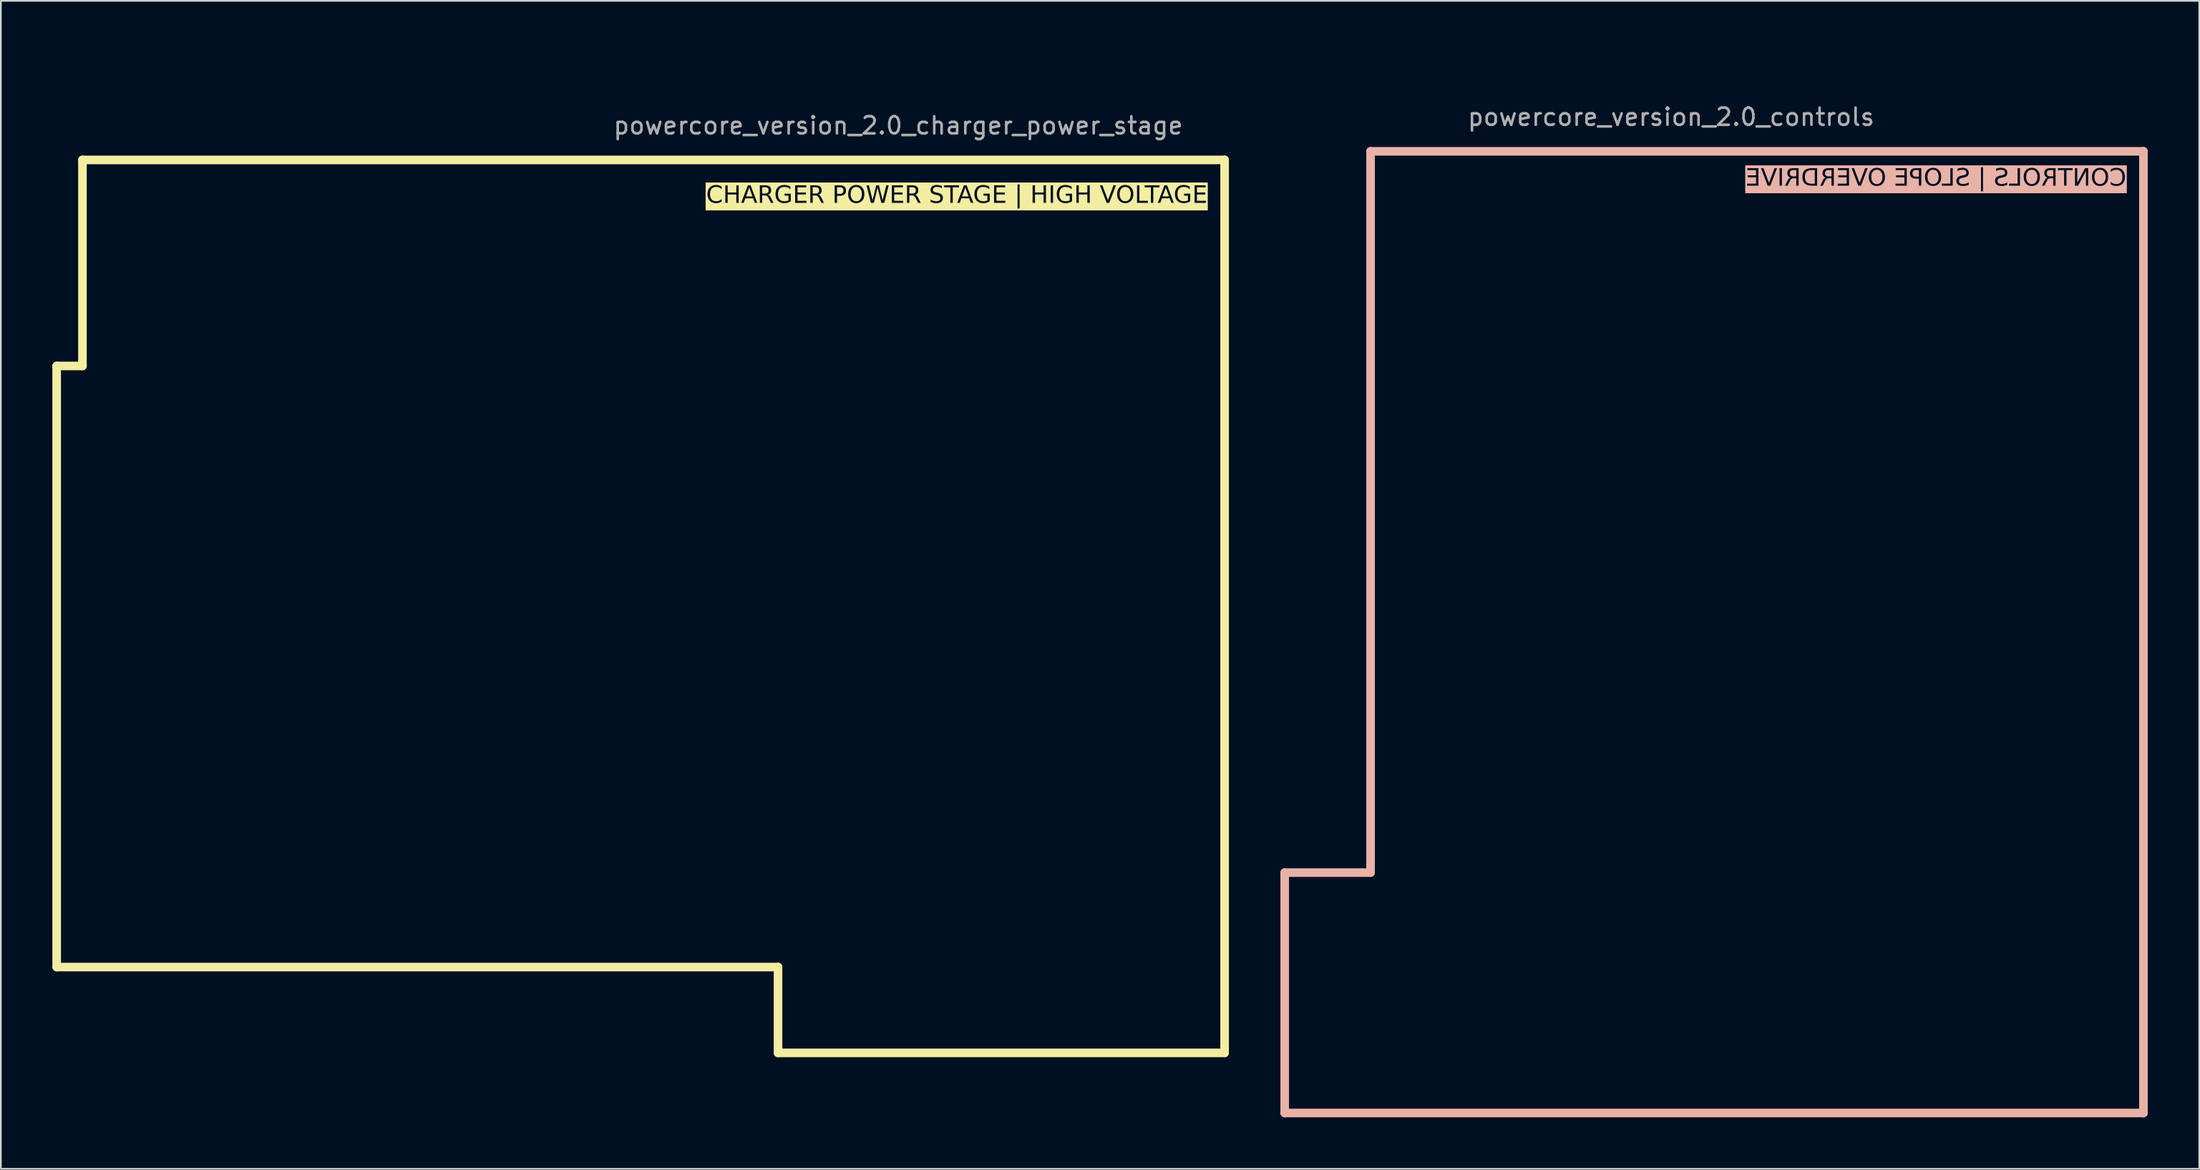
<source format=kicad_pcb>
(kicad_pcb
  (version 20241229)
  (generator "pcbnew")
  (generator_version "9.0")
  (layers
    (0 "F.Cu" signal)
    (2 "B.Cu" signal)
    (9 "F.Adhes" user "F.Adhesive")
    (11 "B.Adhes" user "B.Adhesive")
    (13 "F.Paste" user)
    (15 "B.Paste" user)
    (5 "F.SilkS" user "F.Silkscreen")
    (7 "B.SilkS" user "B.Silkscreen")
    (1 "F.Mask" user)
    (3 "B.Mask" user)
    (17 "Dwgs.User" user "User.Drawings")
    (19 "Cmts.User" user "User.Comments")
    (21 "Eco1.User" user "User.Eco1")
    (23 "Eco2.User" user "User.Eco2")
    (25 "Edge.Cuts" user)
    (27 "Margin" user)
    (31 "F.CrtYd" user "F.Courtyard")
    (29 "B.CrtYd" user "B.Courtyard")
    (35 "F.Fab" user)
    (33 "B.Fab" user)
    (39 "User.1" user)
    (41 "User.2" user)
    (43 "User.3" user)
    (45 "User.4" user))
  (footprint "powercore_version_2.0_controls"
    (layer "F.Cu")
    (at 121.75 61.761)
    (property "Reference" "powercore_version_2.0_controls" (at -28 -61 0) (unlocked yes) (layer "User.1") (effects (font (size 1 1) (thickness 0.1))))
    (attr smd)
    (fp_line (start -50 -14) (end -45 -14) (stroke (width 0.5) (type default)) (layer "B.SilkS"))
    (fp_line (start -50 0) (end -50 -14) (stroke (width 0.5) (type default)) (layer "B.SilkS"))
    (fp_line (start -45 -14) (end -45 -56) (stroke (width 0.5) (type default)) (layer "B.SilkS"))
    (fp_line (start 0 -56) (end -45 -56) (stroke (width 0.5) (type default)) (layer "B.SilkS"))
    (fp_line (start 0 0) (end -50 0) (stroke (width 0.5) (type default)) (layer "B.SilkS"))
    (fp_line (start 0 0) (end 0 -56) (stroke (width 0.5) (type default)) (layer "B.SilkS"))
    (fp_text user "CONTROLS | SLOPE OVERDRIVE " (at -1 -55 0) (unlocked yes) (layer "B.SilkS" knockout) (effects (font (face "Bahnschrift") (size 1 1) (thickness 0.1)) (justify left top mirror)))
    (fp_text user "${REFERENCE}" (at -27.5 -58 0) (unlocked yes) (layer "F.Fab") (effects (font (size 1 1) (thickness 0.15)))))
  (footprint "powercore_version_2.0_charger_power_stage"
    (layer "F.Cu")
    (at 68.25 9.261)
    (property "Reference" "powercore_version_2.0_charger_power_stage" (at -19 -8.5 0) (unlocked yes) (layer "User.1") (effects (font (size 1 1) (thickness 0.1))))
    (attr smd)
    (fp_line (start -68 44) (end -68 9) (stroke (width 0.5) (type default)) (layer "F.SilkS"))
    (fp_line (start -66.5 -3) (end 0 -3) (stroke (width 0.5) (type default)) (layer "F.SilkS"))
    (fp_line (start -66.5 9) (end -68 9) (stroke (width 0.5) (type default)) (layer "F.SilkS"))
    (fp_line (start -66.5 9) (end -66.5 -3) (stroke (width 0.5) (type default)) (layer "F.SilkS"))
    (fp_line (start -26 44) (end -68 44) (stroke (width 0.5) (type default)) (layer "F.SilkS"))
    (fp_line (start -26 49) (end -26 44) (stroke (width 0.5) (type default)) (layer "F.SilkS"))
    (fp_line (start 0 -3) (end 0 49) (stroke (width 0.5) (type default)) (layer "F.SilkS"))
    (fp_line (start 0 49) (end -26 49) (stroke (width 0.5) (type default)) (layer "F.SilkS"))
    (fp_text user "CHARGER POWER STAGE | HIGH VOLTAGE" (at -1 -1.5 0) (unlocked yes) (layer "F.SilkS" knockout) (effects (font (face "Bahnschrift") (size 1 1) (thickness 0.1)) (justify right top)))
    (fp_text user "${REFERENCE}" (at -19 -5 0) (unlocked yes) (layer "F.Fab") (effects (font (size 1 1) (thickness 0.15)))))
  (gr_rect
    (start -3 -3)
    (end 125 65.01)
    (stroke (width 0.1) (type default))
    (fill no)
    (layer "Edge.Cuts")))
</source>
